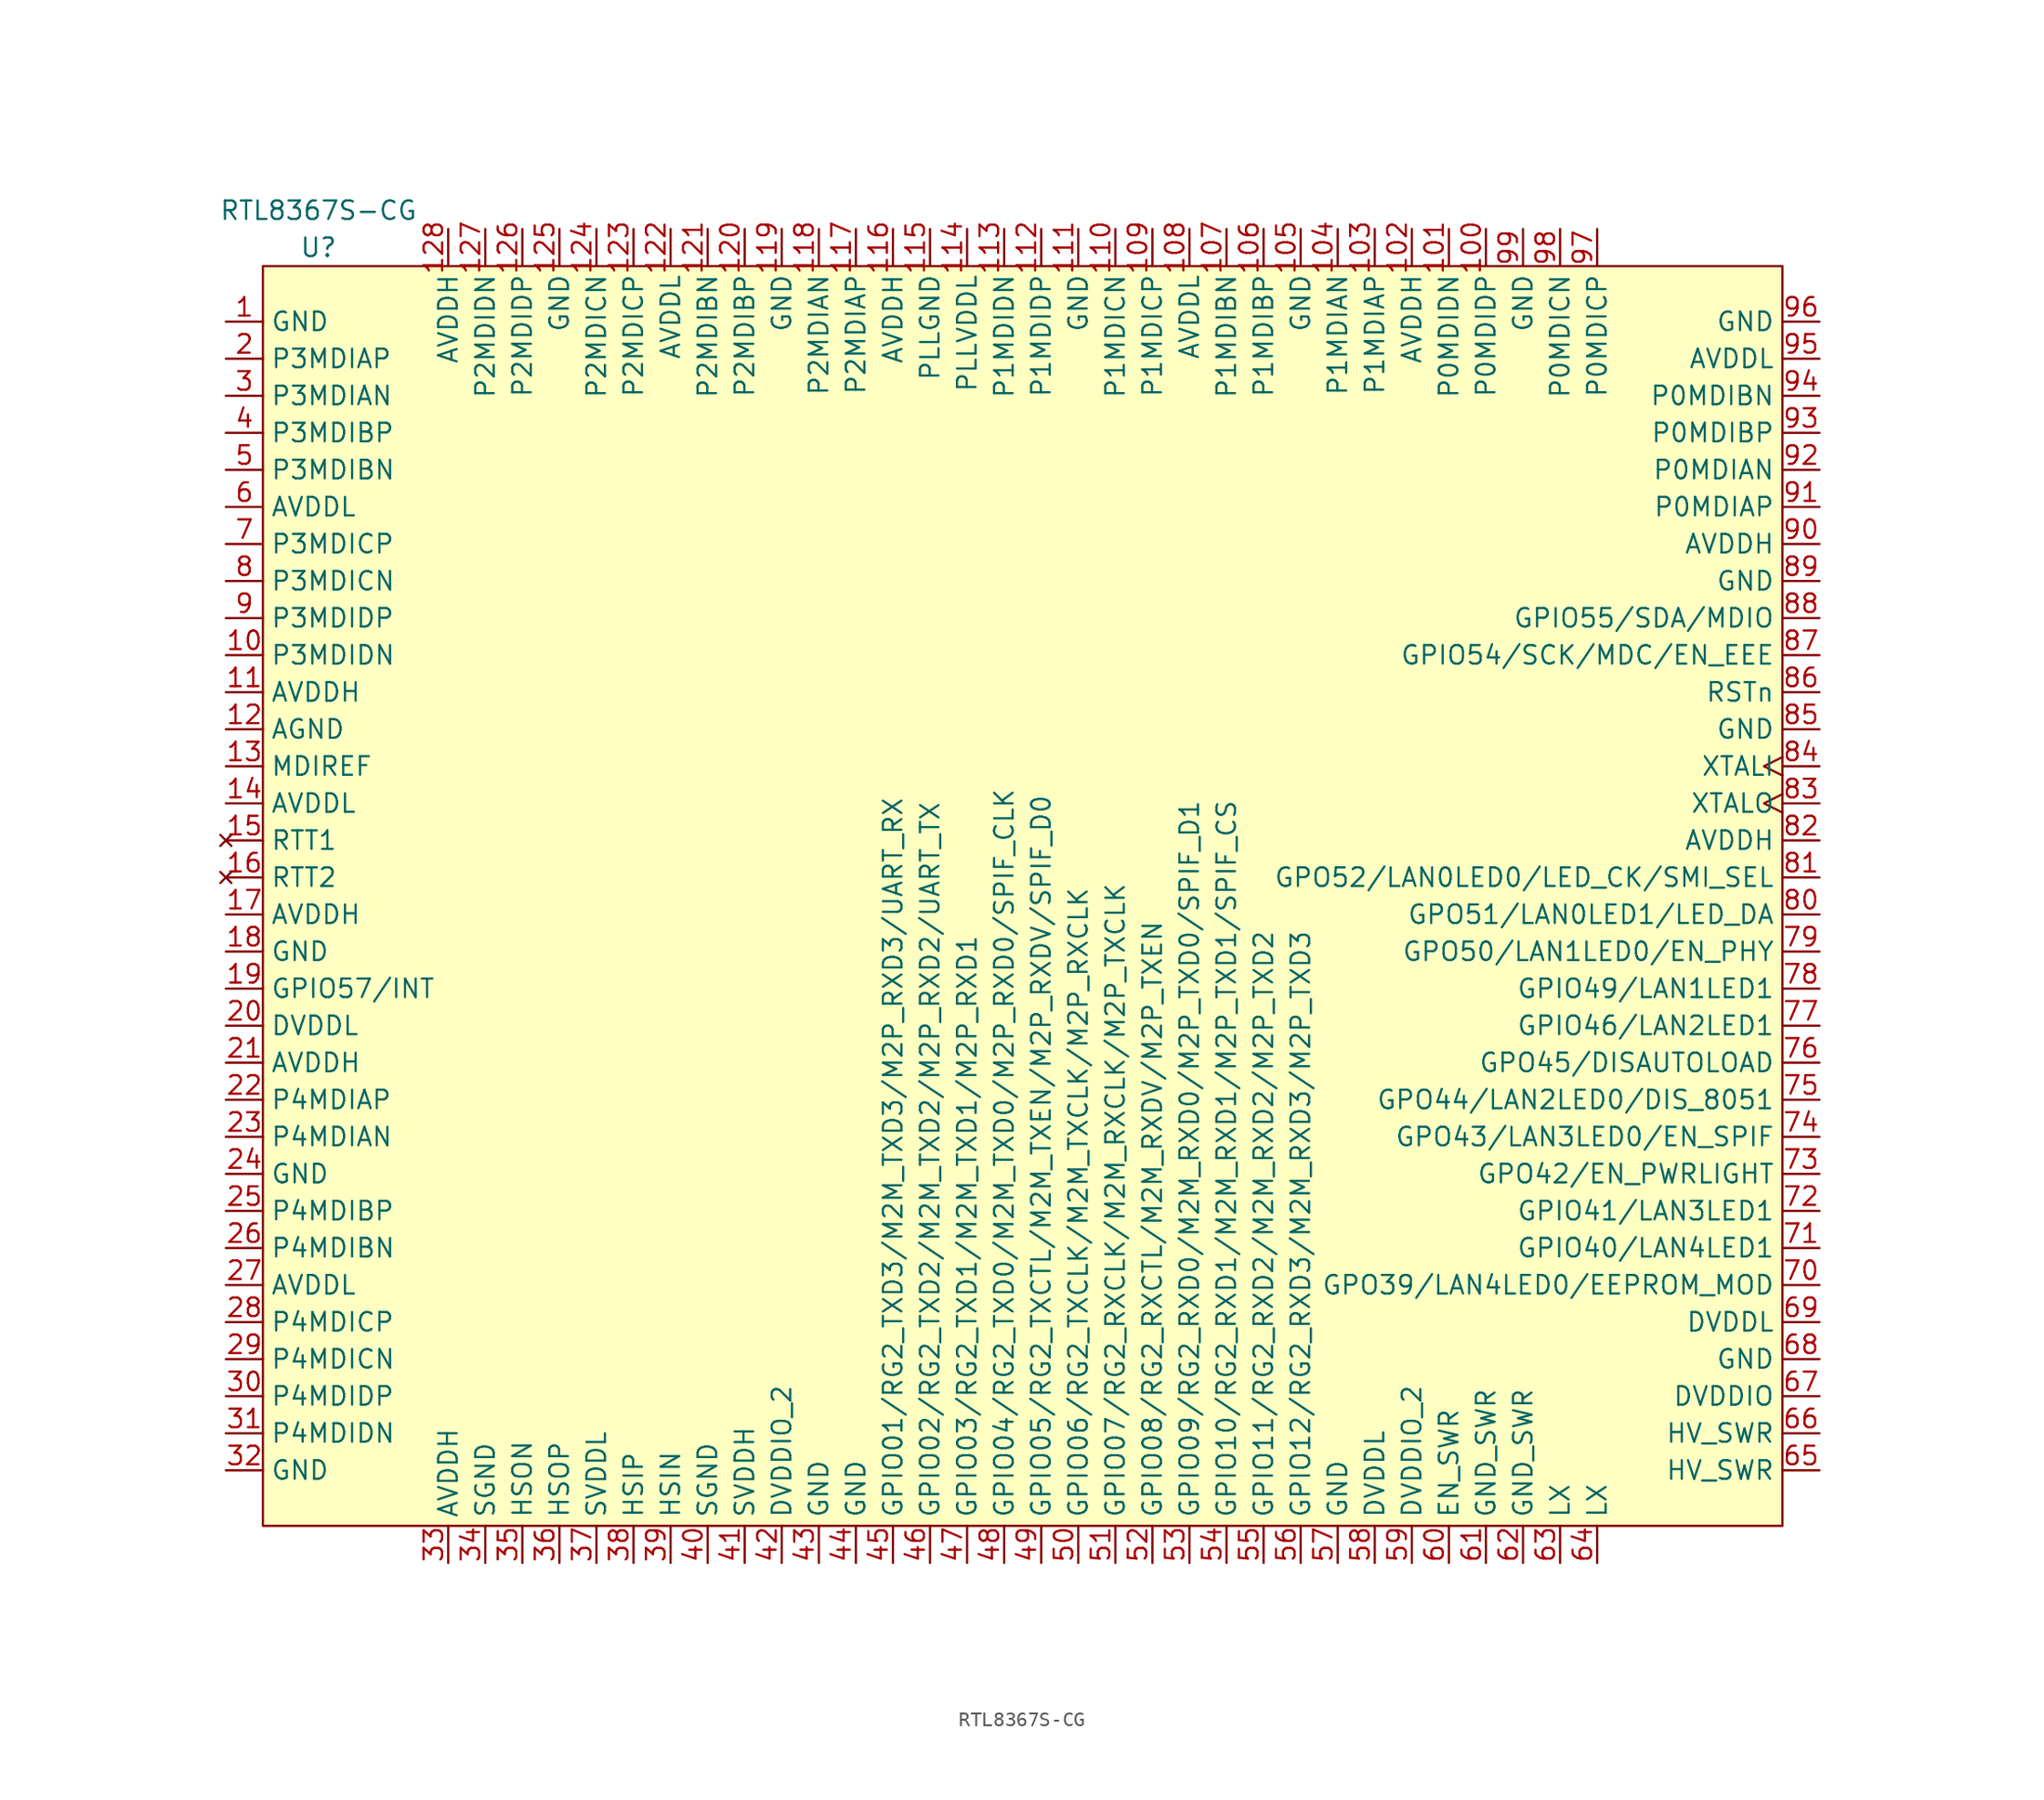
<source format=kicad_sym>
(kicad_symbol_lib
  (version 20211014)
  (generator kicad_symbol_editor)
  (symbol "RTL8367S-CG"
    (property "Reference" "U"
      (at 6.35 -1.27 0)
      (effects (font (size 1.27 1.27))))
    (property "Value" "RTL8367S-CG"
      (at 6.35 1.27 0)
      (effects (font (size 1.27 1.27))))
    (symbol "RTL8367S-CG_0_0"
      (pin power_in line (at 0 -6.35 0) (length 2.54) (name "GND" (effects (font (size 1.27 1.27)))) (number "1" (effects (font (size 1.27 1.27)))))
      (pin bidirectional line (at 0 -29.21 0) (length 2.54) (name "P3MDIDN" (effects (font (size 1.27 1.27)))) (number "10" (effects (font (size 1.27 1.27)))))
      (pin bidirectional line (at 86.36 0 270) (length 2.54) (name "P0MDIDP" (effects (font (size 1.27 1.27)))) (number "100" (effects (font (size 1.27 1.27)))))
      (pin bidirectional line (at 83.82 0 270) (length 2.54) (name "P0MDIDN" (effects (font (size 1.27 1.27)))) (number "101" (effects (font (size 1.27 1.27)))))
      (pin power_in line (at 81.28 0 270) (length 2.54) (name "AVDDH" (effects (font (size 1.27 1.27)))) (number "102" (effects (font (size 1.27 1.27)))))
      (pin bidirectional line (at 78.74 0 270) (length 2.54) (name "P1MDIAP" (effects (font (size 1.27 1.27)))) (number "103" (effects (font (size 1.27 1.27)))))
      (pin bidirectional line (at 76.2 0 270) (length 2.54) (name "P1MDIAN" (effects (font (size 1.27 1.27)))) (number "104" (effects (font (size 1.27 1.27)))))
      (pin power_in line (at 73.66 0 270) (length 2.54) (name "GND" (effects (font (size 1.27 1.27)))) (number "105" (effects (font (size 1.27 1.27)))))
      (pin bidirectional line (at 71.12 0 270) (length 2.54) (name "P1MDIBP" (effects (font (size 1.27 1.27)))) (number "106" (effects (font (size 1.27 1.27)))))
      (pin bidirectional line (at 68.58 0 270) (length 2.54) (name "P1MDIBN" (effects (font (size 1.27 1.27)))) (number "107" (effects (font (size 1.27 1.27)))))
      (pin power_in line (at 66.04 0 270) (length 2.54) (name "AVDDL" (effects (font (size 1.27 1.27)))) (number "108" (effects (font (size 1.27 1.27)))))
      (pin bidirectional line (at 63.5 0 270) (length 2.54) (name "P1MDICP" (effects (font (size 1.27 1.27)))) (number "109" (effects (font (size 1.27 1.27)))))
      (pin power_in line (at 0 -31.75 0) (length 2.54) (name "AVDDH" (effects (font (size 1.27 1.27)))) (number "11" (effects (font (size 1.27 1.27)))))
      (pin bidirectional line (at 60.96 0 270) (length 2.54) (name "P1MDICN" (effects (font (size 1.27 1.27)))) (number "110" (effects (font (size 1.27 1.27)))))
      (pin power_in line (at 58.42 0 270) (length 2.54) (name "GND" (effects (font (size 1.27 1.27)))) (number "111" (effects (font (size 1.27 1.27)))))
      (pin bidirectional line (at 55.88 0 270) (length 2.54) (name "P1MDIDP" (effects (font (size 1.27 1.27)))) (number "112" (effects (font (size 1.27 1.27)))))
      (pin bidirectional line (at 53.34 0 270) (length 2.54) (name "P1MDIDN" (effects (font (size 1.27 1.27)))) (number "113" (effects (font (size 1.27 1.27)))))
      (pin power_in line (at 50.8 0 270) (length 2.54) (name "PLLVDDL" (effects (font (size 1.27 1.27)))) (number "114" (effects (font (size 1.27 1.27)))))
      (pin power_in line (at 48.26 0 270) (length 2.54) (name "PLLGND" (effects (font (size 1.27 1.27)))) (number "115" (effects (font (size 1.27 1.27)))))
      (pin power_in line (at 45.72 0 270) (length 2.54) (name "AVDDH" (effects (font (size 1.27 1.27)))) (number "116" (effects (font (size 1.27 1.27)))))
      (pin bidirectional line (at 43.18 0 270) (length 2.54) (name "P2MDIAP" (effects (font (size 1.27 1.27)))) (number "117" (effects (font (size 1.27 1.27)))))
      (pin bidirectional line (at 40.64 0 270) (length 2.54) (name "P2MDIAN" (effects (font (size 1.27 1.27)))) (number "118" (effects (font (size 1.27 1.27)))))
      (pin power_in line (at 38.1 0 270) (length 2.54) (name "GND" (effects (font (size 1.27 1.27)))) (number "119" (effects (font (size 1.27 1.27)))))
      (pin power_in line (at 0 -34.29 0) (length 2.54) (name "AGND" (effects (font (size 1.27 1.27)))) (number "12" (effects (font (size 1.27 1.27)))))
      (pin bidirectional line (at 35.56 0 270) (length 2.54) (name "P2MDIBP" (effects (font (size 1.27 1.27)))) (number "120" (effects (font (size 1.27 1.27)))))
      (pin bidirectional line (at 33.02 0 270) (length 2.54) (name "P2MDIBN" (effects (font (size 1.27 1.27)))) (number "121" (effects (font (size 1.27 1.27)))))
      (pin power_in line (at 30.48 0 270) (length 2.54) (name "AVDDL" (effects (font (size 1.27 1.27)))) (number "122" (effects (font (size 1.27 1.27)))))
      (pin bidirectional line (at 27.94 0 270) (length 2.54) (name "P2MDICP" (effects (font (size 1.27 1.27)))) (number "123" (effects (font (size 1.27 1.27)))))
      (pin bidirectional line (at 25.4 0 270) (length 2.54) (name "P2MDICN" (effects (font (size 1.27 1.27)))) (number "124" (effects (font (size 1.27 1.27)))))
      (pin power_in line (at 22.86 0 270) (length 2.54) (name "GND" (effects (font (size 1.27 1.27)))) (number "125" (effects (font (size 1.27 1.27)))))
      (pin bidirectional line (at 20.32 0 270) (length 2.54) (name "P2MDIDP" (effects (font (size 1.27 1.27)))) (number "126" (effects (font (size 1.27 1.27)))))
      (pin bidirectional line (at 17.78 0 270) (length 2.54) (name "P2MDIDN" (effects (font (size 1.27 1.27)))) (number "127" (effects (font (size 1.27 1.27)))))
      (pin power_in line (at 15.24 0 270) (length 2.54) (name "AVDDH" (effects (font (size 1.27 1.27)))) (number "128" (effects (font (size 1.27 1.27)))))
      (pin output line (at 0 -36.83 0) (length 2.54) (name "MDIREF" (effects (font (size 1.27 1.27)))) (number "13" (effects (font (size 1.27 1.27)))))
      (pin power_in line (at 0 -39.37 0) (length 2.54) (name "AVDDL" (effects (font (size 1.27 1.27)))) (number "14" (effects (font (size 1.27 1.27)))))
      (pin no_connect line (at 0 -41.91 0) (length 2.54) (name "RTT1" (effects (font (size 1.27 1.27)))) (number "15" (effects (font (size 1.27 1.27)))))
      (pin no_connect line (at 0 -44.45 0) (length 2.54) (name "RTT2" (effects (font (size 1.27 1.27)))) (number "16" (effects (font (size 1.27 1.27)))))
      (pin power_in line (at 0 -46.99 0) (length 2.54) (name "AVDDH" (effects (font (size 1.27 1.27)))) (number "17" (effects (font (size 1.27 1.27)))))
      (pin power_in line (at 0 -49.53 0) (length 2.54) (name "GND" (effects (font (size 1.27 1.27)))) (number "18" (effects (font (size 1.27 1.27)))))
      (pin bidirectional line (at 0 -52.07 0) (length 2.54) (name "GPIO57/INT" (effects (font (size 1.27 1.27)))) (number "19" (effects (font (size 1.27 1.27)))))
      (pin bidirectional line (at 0 -8.89 0) (length 2.54) (name "P3MDIAP" (effects (font (size 1.27 1.27)))) (number "2" (effects (font (size 1.27 1.27)))))
      (pin power_in line (at 0 -54.61 0) (length 2.54) (name "DVDDL" (effects (font (size 1.27 1.27)))) (number "20" (effects (font (size 1.27 1.27)))))
      (pin power_in line (at 0 -57.15 0) (length 2.54) (name "AVDDH" (effects (font (size 1.27 1.27)))) (number "21" (effects (font (size 1.27 1.27)))))
      (pin bidirectional line (at 0 -59.69 0) (length 2.54) (name "P4MDIAP" (effects (font (size 1.27 1.27)))) (number "22" (effects (font (size 1.27 1.27)))))
      (pin bidirectional line (at 0 -62.23 0) (length 2.54) (name "P4MDIAN" (effects (font (size 1.27 1.27)))) (number "23" (effects (font (size 1.27 1.27)))))
      (pin power_in line (at 0 -64.77 0) (length 2.54) (name "GND" (effects (font (size 1.27 1.27)))) (number "24" (effects (font (size 1.27 1.27)))))
      (pin bidirectional line (at 0 -67.31 0) (length 2.54) (name "P4MDIBP" (effects (font (size 1.27 1.27)))) (number "25" (effects (font (size 1.27 1.27)))))
      (pin bidirectional line (at 0 -69.85 0) (length 2.54) (name "P4MDIBN" (effects (font (size 1.27 1.27)))) (number "26" (effects (font (size 1.27 1.27)))))
      (pin power_in line (at 0 -72.39 0) (length 2.54) (name "AVDDL" (effects (font (size 1.27 1.27)))) (number "27" (effects (font (size 1.27 1.27)))))
      (pin bidirectional line (at 0 -74.93 0) (length 2.54) (name "P4MDICP" (effects (font (size 1.27 1.27)))) (number "28" (effects (font (size 1.27 1.27)))))
      (pin bidirectional line (at 0 -77.47 0) (length 2.54) (name "P4MDICN" (effects (font (size 1.27 1.27)))) (number "29" (effects (font (size 1.27 1.27)))))
      (pin bidirectional line (at 0 -11.43 0) (length 2.54) (name "P3MDIAN" (effects (font (size 1.27 1.27)))) (number "3" (effects (font (size 1.27 1.27)))))
      (pin bidirectional line (at 0 -80.01 0) (length 2.54) (name "P4MDIDP" (effects (font (size 1.27 1.27)))) (number "30" (effects (font (size 1.27 1.27)))))
      (pin bidirectional line (at 0 -82.55 0) (length 2.54) (name "P4MDIDN" (effects (font (size 1.27 1.27)))) (number "31" (effects (font (size 1.27 1.27)))))
      (pin power_in line (at 0 -85.09 0) (length 2.54) (name "GND" (effects (font (size 1.27 1.27)))) (number "32" (effects (font (size 1.27 1.27)))))
      (pin power_in line (at 15.24 -91.44 90) (length 2.54) (name "AVDDH" (effects (font (size 1.27 1.27)))) (number "33" (effects (font (size 1.27 1.27)))))
      (pin power_in line (at 17.78 -91.44 90) (length 2.54) (name "SGND" (effects (font (size 1.27 1.27)))) (number "34" (effects (font (size 1.27 1.27)))))
      (pin output line (at 20.32 -91.44 90) (length 2.54) (name "HSON" (effects (font (size 1.27 1.27)))) (number "35" (effects (font (size 1.27 1.27)))))
      (pin output line (at 22.86 -91.44 90) (length 2.54) (name "HSOP" (effects (font (size 1.27 1.27)))) (number "36" (effects (font (size 1.27 1.27)))))
      (pin power_in line (at 25.4 -91.44 90) (length 2.54) (name "SVDDL" (effects (font (size 1.27 1.27)))) (number "37" (effects (font (size 1.27 1.27)))))
      (pin input line (at 27.94 -91.44 90) (length 2.54) (name "HSIP" (effects (font (size 1.27 1.27)))) (number "38" (effects (font (size 1.27 1.27)))))
      (pin input line (at 30.48 -91.44 90) (length 2.54) (name "HSIN" (effects (font (size 1.27 1.27)))) (number "39" (effects (font (size 1.27 1.27)))))
      (pin bidirectional line (at 0 -13.97 0) (length 2.54) (name "P3MDIBP" (effects (font (size 1.27 1.27)))) (number "4" (effects (font (size 1.27 1.27)))))
      (pin power_in line (at 33.02 -91.44 90) (length 2.54) (name "SGND" (effects (font (size 1.27 1.27)))) (number "40" (effects (font (size 1.27 1.27)))))
      (pin power_in line (at 35.56 -91.44 90) (length 2.54) (name "SVDDH" (effects (font (size 1.27 1.27)))) (number "41" (effects (font (size 1.27 1.27)))))
      (pin power_in line (at 38.1 -91.44 90) (length 2.54) (name "DVDDIO_2" (effects (font (size 1.27 1.27)))) (number "42" (effects (font (size 1.27 1.27)))))
      (pin power_in line (at 40.64 -91.44 90) (length 2.54) (name "GND" (effects (font (size 1.27 1.27)))) (number "43" (effects (font (size 1.27 1.27)))))
      (pin power_in line (at 43.18 -91.44 90) (length 2.54) (name "GND" (effects (font (size 1.27 1.27)))) (number "44" (effects (font (size 1.27 1.27)))))
      (pin bidirectional line (at 45.72 -91.44 90) (length 2.54) (name "GPIO01/RG2_TXD3/M2M_TXD3/M2P_RXD3/UART_RX" (effects (font (size 1.27 1.27)))) (number "45" (effects (font (size 1.27 1.27)))))
      (pin bidirectional line (at 48.26 -91.44 90) (length 2.54) (name "GPIO02/RG2_TXD2/M2M_TXD2/M2P_RXD2/UART_TX" (effects (font (size 1.27 1.27)))) (number "46" (effects (font (size 1.27 1.27)))))
      (pin bidirectional line (at 50.8 -91.44 90) (length 2.54) (name "GPIO03/RG2_TXD1/M2M_TXD1/M2P_RXD1" (effects (font (size 1.27 1.27)))) (number "47" (effects (font (size 1.27 1.27)))))
      (pin bidirectional line (at 53.34 -91.44 90) (length 2.54) (name "GPIO04/RG2_TXD0/M2M_TXD0/M2P_RXD0/SPIF_CLK" (effects (font (size 1.27 1.27)))) (number "48" (effects (font (size 1.27 1.27)))))
      (pin bidirectional line (at 55.88 -91.44 90) (length 2.54) (name "GPIO05/RG2_TXCTL/M2M_TXEN/M2P_RXDV/SPIF_D0" (effects (font (size 1.27 1.27)))) (number "49" (effects (font (size 1.27 1.27)))))
      (pin bidirectional line (at 0 -16.51 0) (length 2.54) (name "P3MDIBN" (effects (font (size 1.27 1.27)))) (number "5" (effects (font (size 1.27 1.27)))))
      (pin bidirectional line (at 58.42 -91.44 90) (length 2.54) (name "GPIO06/RG2_TXCLK/M2M_TXCLK/M2P_RXCLK" (effects (font (size 1.27 1.27)))) (number "50" (effects (font (size 1.27 1.27)))))
      (pin bidirectional line (at 60.96 -91.44 90) (length 2.54) (name "GPIO07/RG2_RXCLK/M2M_RXCLK/M2P_TXCLK" (effects (font (size 1.27 1.27)))) (number "51" (effects (font (size 1.27 1.27)))))
      (pin bidirectional line (at 63.5 -91.44 90) (length 2.54) (name "GPIO08/RG2_RXCTL/M2M_RXDV/M2P_TXEN" (effects (font (size 1.27 1.27)))) (number "52" (effects (font (size 1.27 1.27)))))
      (pin bidirectional line (at 66.04 -91.44 90) (length 2.54) (name "GPIO09/RG2_RXD0/M2M_RXD0/M2P_TXD0/SPIF_D1" (effects (font (size 1.27 1.27)))) (number "53" (effects (font (size 1.27 1.27)))))
      (pin bidirectional line (at 68.58 -91.44 90) (length 2.54) (name "GPIO10/RG2_RXD1/M2M_RXD1/M2P_TXD1/SPIF_CS" (effects (font (size 1.27 1.27)))) (number "54" (effects (font (size 1.27 1.27)))))
      (pin bidirectional line (at 71.12 -91.44 90) (length 2.54) (name "GPIO11/RG2_RXD2/M2M_RXD2/M2P_TXD2" (effects (font (size 1.27 1.27)))) (number "55" (effects (font (size 1.27 1.27)))))
      (pin bidirectional line (at 73.66 -91.44 90) (length 2.54) (name "GPIO12/RG2_RXD3/M2M_RXD3/M2P_TXD3" (effects (font (size 1.27 1.27)))) (number "56" (effects (font (size 1.27 1.27)))))
      (pin power_in line (at 76.2 -91.44 90) (length 2.54) (name "GND" (effects (font (size 1.27 1.27)))) (number "57" (effects (font (size 1.27 1.27)))))
      (pin power_in line (at 78.74 -91.44 90) (length 2.54) (name "DVDDL" (effects (font (size 1.27 1.27)))) (number "58" (effects (font (size 1.27 1.27)))))
      (pin power_in line (at 81.28 -91.44 90) (length 2.54) (name "DVDDIO_2" (effects (font (size 1.27 1.27)))) (number "59" (effects (font (size 1.27 1.27)))))
      (pin power_in line (at 0 -19.05 0) (length 2.54) (name "AVDDL" (effects (font (size 1.27 1.27)))) (number "6" (effects (font (size 1.27 1.27)))))
      (pin input line (at 83.82 -91.44 90) (length 2.54) (name "EN_SWR" (effects (font (size 1.27 1.27)))) (number "60" (effects (font (size 1.27 1.27)))))
      (pin power_in line (at 86.36 -91.44 90) (length 2.54) (name "GND_SWR" (effects (font (size 1.27 1.27)))) (number "61" (effects (font (size 1.27 1.27)))))
      (pin power_in line (at 88.9 -91.44 90) (length 2.54) (name "GND_SWR" (effects (font (size 1.27 1.27)))) (number "62" (effects (font (size 1.27 1.27)))))
      (pin power_out line (at 91.44 -91.44 90) (length 2.54) (name "LX" (effects (font (size 1.27 1.27)))) (number "63" (effects (font (size 1.27 1.27)))))
      (pin power_out line (at 93.98 -91.44 90) (length 2.54) (name "LX" (effects (font (size 1.27 1.27)))) (number "64" (effects (font (size 1.27 1.27)))))
      (pin power_in line (at 109.22 -85.09 180) (length 2.54) (name "HV_SWR" (effects (font (size 1.27 1.27)))) (number "65" (effects (font (size 1.27 1.27)))))
      (pin power_in line (at 109.22 -82.55 180) (length 2.54) (name "HV_SWR" (effects (font (size 1.27 1.27)))) (number "66" (effects (font (size 1.27 1.27)))))
      (pin power_in line (at 109.22 -80.01 180) (length 2.54) (name "DVDDIO" (effects (font (size 1.27 1.27)))) (number "67" (effects (font (size 1.27 1.27)))))
      (pin power_in line (at 109.22 -77.47 180) (length 2.54) (name "GND" (effects (font (size 1.27 1.27)))) (number "68" (effects (font (size 1.27 1.27)))))
      (pin power_in line (at 109.22 -74.93 180) (length 2.54) (name "DVDDL" (effects (font (size 1.27 1.27)))) (number "69" (effects (font (size 1.27 1.27)))))
      (pin bidirectional line (at 0 -21.59 0) (length 2.54) (name "P3MDICP" (effects (font (size 1.27 1.27)))) (number "7" (effects (font (size 1.27 1.27)))))
      (pin bidirectional line (at 109.22 -72.39 180) (length 2.54) (name "GPO39/LAN4LED0/EEPROM_MOD" (effects (font (size 1.27 1.27)))) (number "70" (effects (font (size 1.27 1.27)))))
      (pin bidirectional line (at 109.22 -69.85 180) (length 2.54) (name "GPIO40/LAN4LED1" (effects (font (size 1.27 1.27)))) (number "71" (effects (font (size 1.27 1.27)))))
      (pin bidirectional line (at 109.22 -67.31 180) (length 2.54) (name "GPIO41/LAN3LED1" (effects (font (size 1.27 1.27)))) (number "72" (effects (font (size 1.27 1.27)))))
      (pin bidirectional line (at 109.22 -64.77 180) (length 2.54) (name "GPO42/EN_PWRLIGHT" (effects (font (size 1.27 1.27)))) (number "73" (effects (font (size 1.27 1.27)))))
      (pin bidirectional line (at 109.22 -62.23 180) (length 2.54) (name "GPO43/LAN3LED0/EN_SPIF" (effects (font (size 1.27 1.27)))) (number "74" (effects (font (size 1.27 1.27)))))
      (pin bidirectional line (at 109.22 -59.69 180) (length 2.54) (name "GPO44/LAN2LED0/DIS_8051" (effects (font (size 1.27 1.27)))) (number "75" (effects (font (size 1.27 1.27)))))
      (pin bidirectional line (at 109.22 -57.15 180) (length 2.54) (name "GPO45/DISAUTOLOAD" (effects (font (size 1.27 1.27)))) (number "76" (effects (font (size 1.27 1.27)))))
      (pin bidirectional line (at 109.22 -54.61 180) (length 2.54) (name "GPIO46/LAN2LED1" (effects (font (size 1.27 1.27)))) (number "77" (effects (font (size 1.27 1.27)))))
      (pin bidirectional line (at 109.22 -52.07 180) (length 2.54) (name "GPIO49/LAN1LED1" (effects (font (size 1.27 1.27)))) (number "78" (effects (font (size 1.27 1.27)))))
      (pin bidirectional line (at 109.22 -49.53 180) (length 2.54) (name "GPO50/LAN1LED0/EN_PHY" (effects (font (size 1.27 1.27)))) (number "79" (effects (font (size 1.27 1.27)))))
      (pin bidirectional line (at 0 -24.13 0) (length 2.54) (name "P3MDICN" (effects (font (size 1.27 1.27)))) (number "8" (effects (font (size 1.27 1.27)))))
      (pin bidirectional line (at 109.22 -46.99 180) (length 2.54) (name "GPO51/LAN0LED1/LED_DA" (effects (font (size 1.27 1.27)))) (number "80" (effects (font (size 1.27 1.27)))))
      (pin bidirectional line (at 109.22 -44.45 180) (length 2.54) (name "GPO52/LAN0LED0/LED_CK/SMI_SEL" (effects (font (size 1.27 1.27)))) (number "81" (effects (font (size 1.27 1.27)))))
      (pin power_in line (at 109.22 -41.91 180) (length 2.54) (name "AVDDH" (effects (font (size 1.27 1.27)))) (number "82" (effects (font (size 1.27 1.27)))))
      (pin output clock (at 109.22 -39.37 180) (length 2.54) (name "XTALO" (effects (font (size 1.27 1.27)))) (number "83" (effects (font (size 1.27 1.27)))))
      (pin input clock (at 109.22 -36.83 180) (length 2.54) (name "XTALI" (effects (font (size 1.27 1.27)))) (number "84" (effects (font (size 1.27 1.27)))))
      (pin bidirectional line (at 109.22 -34.29 180) (length 2.54) (name "GND" (effects (font (size 1.27 1.27)))) (number "85" (effects (font (size 1.27 1.27)))))
      (pin input line (at 109.22 -31.75 180) (length 2.54) (name "RSTn" (effects (font (size 1.27 1.27)))) (number "86" (effects (font (size 1.27 1.27)))))
      (pin bidirectional line (at 109.22 -29.21 180) (length 2.54) (name "GPIO54/SCK/MDC/EN_EEE" (effects (font (size 1.27 1.27)))) (number "87" (effects (font (size 1.27 1.27)))))
      (pin bidirectional line (at 109.22 -26.67 180) (length 2.54) (name "GPIO55/SDA/MDIO" (effects (font (size 1.27 1.27)))) (number "88" (effects (font (size 1.27 1.27)))))
      (pin power_in line (at 109.22 -24.13 180) (length 2.54) (name "GND" (effects (font (size 1.27 1.27)))) (number "89" (effects (font (size 1.27 1.27)))))
      (pin bidirectional line (at 0 -26.67 0) (length 2.54) (name "P3MDIDP" (effects (font (size 1.27 1.27)))) (number "9" (effects (font (size 1.27 1.27)))))
      (pin power_in line (at 109.22 -21.59 180) (length 2.54) (name "AVDDH" (effects (font (size 1.27 1.27)))) (number "90" (effects (font (size 1.27 1.27)))))
      (pin bidirectional line (at 109.22 -19.05 180) (length 2.54) (name "P0MDIAP" (effects (font (size 1.27 1.27)))) (number "91" (effects (font (size 1.27 1.27)))))
      (pin bidirectional line (at 109.22 -16.51 180) (length 2.54) (name "P0MDIAN" (effects (font (size 1.27 1.27)))) (number "92" (effects (font (size 1.27 1.27)))))
      (pin bidirectional line (at 109.22 -13.97 180) (length 2.54) (name "P0MDIBP" (effects (font (size 1.27 1.27)))) (number "93" (effects (font (size 1.27 1.27)))))
      (pin bidirectional line (at 109.22 -11.43 180) (length 2.54) (name "P0MDIBN" (effects (font (size 1.27 1.27)))) (number "94" (effects (font (size 1.27 1.27)))))
      (pin power_in line (at 109.22 -8.89 180) (length 2.54) (name "AVDDL" (effects (font (size 1.27 1.27)))) (number "95" (effects (font (size 1.27 1.27)))))
      (pin power_in line (at 109.22 -6.35 180) (length 2.54) (name "GND" (effects (font (size 1.27 1.27)))) (number "96" (effects (font (size 1.27 1.27)))))
      (pin bidirectional line (at 93.98 0 270) (length 2.54) (name "P0MDICP" (effects (font (size 1.27 1.27)))) (number "97" (effects (font (size 1.27 1.27)))))
      (pin bidirectional line (at 91.44 0 270) (length 2.54) (name "P0MDICN" (effects (font (size 1.27 1.27)))) (number "98" (effects (font (size 1.27 1.27)))))
      (pin power_in line (at 88.9 0 270) (length 2.54) (name "GND" (effects (font (size 1.27 1.27)))) (number "99" (effects (font (size 1.27 1.27))))))
    (symbol "RTL8367S-CG_0_1"
      (rectangle (start 2.54 -2.54) (end 106.68 -88.9) (stroke (width 0) (type default) (color 0 0 0 0)) (fill (type background))))))
</source>
